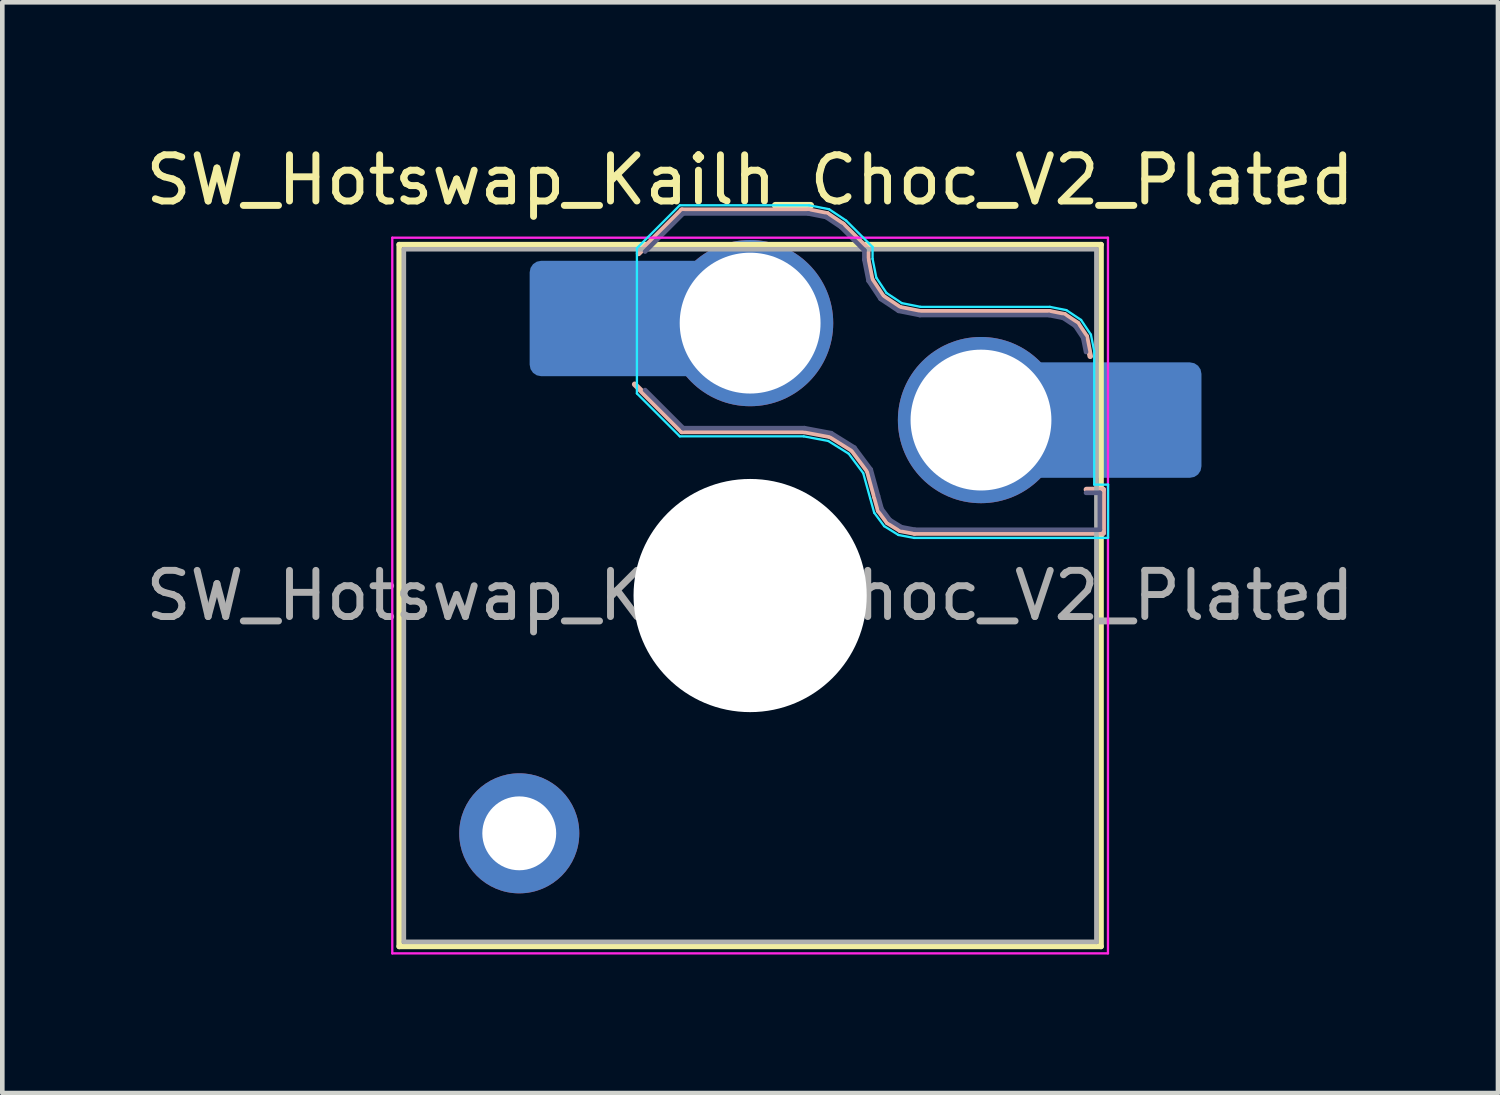
<source format=kicad_pcb>
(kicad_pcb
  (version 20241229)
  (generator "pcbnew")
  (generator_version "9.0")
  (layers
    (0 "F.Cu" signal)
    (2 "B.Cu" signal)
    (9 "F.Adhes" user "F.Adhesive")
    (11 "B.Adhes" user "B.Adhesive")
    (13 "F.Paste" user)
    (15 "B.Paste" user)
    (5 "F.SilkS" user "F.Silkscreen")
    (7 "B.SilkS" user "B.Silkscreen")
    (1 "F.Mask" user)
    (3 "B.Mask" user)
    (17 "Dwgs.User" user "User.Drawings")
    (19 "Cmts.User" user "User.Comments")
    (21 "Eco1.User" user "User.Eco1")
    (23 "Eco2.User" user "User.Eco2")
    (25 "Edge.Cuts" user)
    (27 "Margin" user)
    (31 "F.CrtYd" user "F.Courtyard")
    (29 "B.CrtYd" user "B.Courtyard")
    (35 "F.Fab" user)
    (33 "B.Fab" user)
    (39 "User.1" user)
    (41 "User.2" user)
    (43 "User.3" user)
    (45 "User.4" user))
  (footprint "SW_Hotswap_Kailh_Choc_V2_Plated"
    (layer "F.Cu")
    (at 13.196 9.848)
    (property "Reference" "SW_Hotswap_Kailh_Choc_V2_Plated" (at 0 -9 0) (layer "F.SilkS") (effects (font (size 1 1) (thickness 0.15))))
    (attr smd)
    (fp_line (start -7.6 -7.6) (end -7.6 7.6) (stroke (width 0.12) (type solid)) (layer "F.SilkS"))
    (fp_line (start -7.6 7.6) (end 7.6 7.6) (stroke (width 0.12) (type solid)) (layer "F.SilkS"))
    (fp_line (start 7.6 -7.6) (end -7.6 -7.6) (stroke (width 0.12) (type solid)) (layer "F.SilkS"))
    (fp_line (start 7.6 7.6) (end 7.6 -7.6) (stroke (width 0.12) (type solid)) (layer "F.SilkS"))
    (fp_line (start -2.416 -7.409) (end -1.479 -8.346) (stroke (width 0.12) (type solid)) (layer "B.SilkS"))
    (fp_line (start -1.479 -8.346) (end 1.268 -8.346) (stroke (width 0.12) (type solid)) (layer "B.SilkS"))
    (fp_line (start -1.479 -3.554) (end -2.5 -4.575) (stroke (width 0.12) (type solid)) (layer "B.SilkS"))
    (fp_line (start 1.168 -3.554) (end -1.479 -3.554) (stroke (width 0.12) (type solid)) (layer "B.SilkS"))
    (fp_line (start 1.268 -8.346) (end 1.671 -8.266) (stroke (width 0.12) (type solid)) (layer "B.SilkS"))
    (fp_line (start 1.671 -8.266) (end 2.013 -8.037) (stroke (width 0.12) (type solid)) (layer "B.SilkS"))
    (fp_line (start 1.73 -3.449) (end 1.168 -3.554) (stroke (width 0.12) (type solid)) (layer "B.SilkS"))
    (fp_line (start 2.013 -8.037) (end 2.546 -7.504) (stroke (width 0.12) (type solid)) (layer "B.SilkS"))
    (fp_line (start 2.209 -3.15) (end 1.73 -3.449) (stroke (width 0.12) (type solid)) (layer "B.SilkS"))
    (fp_line (start 2.546 -7.504) (end 2.546 -7.282) (stroke (width 0.12) (type solid)) (layer "B.SilkS"))
    (fp_line (start 2.546 -7.282) (end 2.633 -6.844) (stroke (width 0.12) (type solid)) (layer "B.SilkS"))
    (fp_line (start 2.547 -2.697) (end 2.209 -3.15) (stroke (width 0.12) (type solid)) (layer "B.SilkS"))
    (fp_line (start 2.633 -6.844) (end 2.877 -6.477) (stroke (width 0.12) (type solid)) (layer "B.SilkS"))
    (fp_line (start 2.701 -2.139) (end 2.547 -2.697) (stroke (width 0.12) (type solid)) (layer "B.SilkS"))
    (fp_line (start 2.783 -1.841) (end 2.701 -2.139) (stroke (width 0.12) (type solid)) (layer "B.SilkS"))
    (fp_line (start 2.877 -6.477) (end 3.244 -6.233) (stroke (width 0.12) (type solid)) (layer "B.SilkS"))
    (fp_line (start 2.976 -1.583) (end 2.783 -1.841) (stroke (width 0.12) (type solid)) (layer "B.SilkS"))
    (fp_line (start 3.244 -6.233) (end 3.682 -6.146) (stroke (width 0.12) (type solid)) (layer "B.SilkS"))
    (fp_line (start 3.25 -1.413) (end 2.976 -1.583) (stroke (width 0.12) (type solid)) (layer "B.SilkS"))
    (fp_line (start 3.56 -1.354) (end 3.25 -1.413) (stroke (width 0.12) (type solid)) (layer "B.SilkS"))
    (fp_line (start 3.682 -6.146) (end 6.482 -6.146) (stroke (width 0.12) (type solid)) (layer "B.SilkS"))
    (fp_line (start 6.482 -6.146) (end 6.809 -6.081) (stroke (width 0.12) (type solid)) (layer "B.SilkS"))
    (fp_line (start 6.809 -6.081) (end 7.092 -5.892) (stroke (width 0.12) (type solid)) (layer "B.SilkS"))
    (fp_line (start 7.092 -5.892) (end 7.281 -5.609) (stroke (width 0.12) (type solid)) (layer "B.SilkS"))
    (fp_line (start 7.281 -5.609) (end 7.366 -5.182) (stroke (width 0.12) (type solid)) (layer "B.SilkS"))
    (fp_line (start 7.283 -2.296) (end 7.646 -2.296) (stroke (width 0.12) (type solid)) (layer "B.SilkS"))
    (fp_line (start 7.646 -2.296) (end 7.646 -1.354) (stroke (width 0.12) (type solid)) (layer "B.SilkS"))
    (fp_line (start 7.646 -1.354) (end 3.56 -1.354) (stroke (width 0.12) (type solid)) (layer "B.SilkS"))
    (fp_line (start -7.25 -7.25) (end -7.25 7.25) (stroke (width 0.1) (type solid)) (layer "Eco1.User"))
    (fp_line (start -7.25 7.25) (end 7.25 7.25) (stroke (width 0.1) (type solid)) (layer "Eco1.User"))
    (fp_line (start 7.25 -7.25) (end -7.25 -7.25) (stroke (width 0.1) (type solid)) (layer "Eco1.User"))
    (fp_line (start 7.25 7.25) (end 7.25 -7.25) (stroke (width 0.1) (type solid)) (layer "Eco1.User"))
    (fp_line (start -2.452 -7.523) (end -1.523 -8.452) (stroke (width 0.05) (type solid)) (layer "B.CrtYd"))
    (fp_line (start -2.452 -4.377) (end -2.452 -7.523) (stroke (width 0.05) (type solid)) (layer "B.CrtYd"))
    (fp_line (start -1.523 -8.452) (end 1.278 -8.452) (stroke (width 0.05) (type solid)) (layer "B.CrtYd"))
    (fp_line (start -1.523 -3.448) (end -2.452 -4.377) (stroke (width 0.05) (type solid)) (layer "B.CrtYd"))
    (fp_line (start 1.159 -3.448) (end -1.523 -3.448) (stroke (width 0.05) (type solid)) (layer "B.CrtYd"))
    (fp_line (start 1.278 -8.452) (end 1.712 -8.366) (stroke (width 0.05) (type solid)) (layer "B.CrtYd"))
    (fp_line (start 1.691 -3.348) (end 1.159 -3.448) (stroke (width 0.05) (type solid)) (layer "B.CrtYd"))
    (fp_line (start 1.712 -8.366) (end 2.081 -8.119) (stroke (width 0.05) (type solid)) (layer "B.CrtYd"))
    (fp_line (start 2.081 -8.119) (end 2.652 -7.548) (stroke (width 0.05) (type solid)) (layer "B.CrtYd"))
    (fp_line (start 2.136 -3.071) (end 1.691 -3.348) (stroke (width 0.05) (type solid)) (layer "B.CrtYd"))
    (fp_line (start 2.45 -2.65) (end 2.136 -3.071) (stroke (width 0.05) (type solid)) (layer "B.CrtYd"))
    (fp_line (start 2.599 -2.111) (end 2.45 -2.65) (stroke (width 0.05) (type solid)) (layer "B.CrtYd"))
    (fp_line (start 2.652 -7.548) (end 2.652 -7.292) (stroke (width 0.05) (type solid)) (layer "B.CrtYd"))
    (fp_line (start 2.652 -7.292) (end 2.733 -6.885) (stroke (width 0.05) (type solid)) (layer "B.CrtYd"))
    (fp_line (start 2.687 -1.794) (end 2.599 -2.111) (stroke (width 0.05) (type solid)) (layer "B.CrtYd"))
    (fp_line (start 2.733 -6.885) (end 2.953 -6.553) (stroke (width 0.05) (type solid)) (layer "B.CrtYd"))
    (fp_line (start 2.903 -1.503) (end 2.687 -1.794) (stroke (width 0.05) (type solid)) (layer "B.CrtYd"))
    (fp_line (start 2.953 -6.553) (end 3.285 -6.333) (stroke (width 0.05) (type solid)) (layer "B.CrtYd"))
    (fp_line (start 3.211 -1.312) (end 2.903 -1.503) (stroke (width 0.05) (type solid)) (layer "B.CrtYd"))
    (fp_line (start 3.285 -6.333) (end 3.692 -6.252) (stroke (width 0.05) (type solid)) (layer "B.CrtYd"))
    (fp_line (start 3.55 -1.248) (end 3.211 -1.312) (stroke (width 0.05) (type solid)) (layer "B.CrtYd"))
    (fp_line (start 3.692 -6.252) (end 6.492 -6.252) (stroke (width 0.05) (type solid)) (layer "B.CrtYd"))
    (fp_line (start 6.492 -6.252) (end 6.85 -6.181) (stroke (width 0.05) (type solid)) (layer "B.CrtYd"))
    (fp_line (start 6.85 -6.181) (end 7.168 -5.968) (stroke (width 0.05) (type solid)) (layer "B.CrtYd"))
    (fp_line (start 7.168 -5.968) (end 7.381 -5.65) (stroke (width 0.05) (type solid)) (layer "B.CrtYd"))
    (fp_line (start 7.381 -5.65) (end 7.452 -5.292) (stroke (width 0.05) (type solid)) (layer "B.CrtYd"))
    (fp_line (start 7.452 -5.292) (end 7.452 -2.402) (stroke (width 0.05) (type solid)) (layer "B.CrtYd"))
    (fp_line (start 7.452 -2.402) (end 7.752 -2.402) (stroke (width 0.05) (type solid)) (layer "B.CrtYd"))
    (fp_line (start 7.752 -2.402) (end 7.752 -1.248) (stroke (width 0.05) (type solid)) (layer "B.CrtYd"))
    (fp_line (start 7.752 -1.248) (end 3.55 -1.248) (stroke (width 0.05) (type solid)) (layer "B.CrtYd"))
    (fp_line (start -7.75 -7.75) (end -7.75 7.75) (stroke (width 0.05) (type solid)) (layer "F.CrtYd"))
    (fp_line (start -7.75 7.75) (end 7.75 7.75) (stroke (width 0.05) (type solid)) (layer "F.CrtYd"))
    (fp_line (start 7.75 -7.75) (end -7.75 -7.75) (stroke (width 0.05) (type solid)) (layer "F.CrtYd"))
    (fp_line (start 7.75 7.75) (end 7.75 -7.75) (stroke (width 0.05) (type solid)) (layer "F.CrtYd"))
    (fp_line (start -2.275 -7.45) (end -1.45 -8.275) (stroke (width 0.1) (type solid)) (layer "B.Fab"))
    (fp_line (start -1.45 -8.275) (end 1.261 -8.275) (stroke (width 0.1) (type solid)) (layer "B.Fab"))
    (fp_line (start -1.45 -3.625) (end -2.275 -4.45) (stroke (width 0.1) (type solid)) (layer "B.Fab"))
    (fp_line (start 1.175 -3.625) (end -1.45 -3.625) (stroke (width 0.1) (type solid)) (layer "B.Fab"))
    (fp_line (start 1.261 -8.275) (end 1.643 -8.199) (stroke (width 0.1) (type solid)) (layer "B.Fab"))
    (fp_line (start 1.643 -8.199) (end 1.968 -7.982) (stroke (width 0.1) (type solid)) (layer "B.Fab"))
    (fp_line (start 1.756 -3.516) (end 1.175 -3.625) (stroke (width 0.1) (type solid)) (layer "B.Fab"))
    (fp_line (start 1.968 -7.982) (end 2.475 -7.475) (stroke (width 0.1) (type solid)) (layer "B.Fab"))
    (fp_line (start 2.258 -3.203) (end 1.756 -3.516) (stroke (width 0.1) (type solid)) (layer "B.Fab"))
    (fp_line (start 2.475 -7.475) (end 2.475 -7.275) (stroke (width 0.1) (type solid)) (layer "B.Fab"))
    (fp_line (start 2.475 -7.275) (end 2.566 -6.816) (stroke (width 0.1) (type solid)) (layer "B.Fab"))
    (fp_line (start 2.566 -6.816) (end 2.826 -6.426) (stroke (width 0.1) (type solid)) (layer "B.Fab"))
    (fp_line (start 2.612 -2.729) (end 2.258 -3.203) (stroke (width 0.1) (type solid)) (layer "B.Fab"))
    (fp_line (start 2.769 -2.158) (end 2.612 -2.729) (stroke (width 0.1) (type solid)) (layer "B.Fab"))
    (fp_line (start 2.826 -6.426) (end 3.216 -6.166) (stroke (width 0.1) (type solid)) (layer "B.Fab"))
    (fp_line (start 2.848 -1.873) (end 2.769 -2.158) (stroke (width 0.1) (type solid)) (layer "B.Fab"))
    (fp_line (start 3.025 -1.636) (end 2.848 -1.873) (stroke (width 0.1) (type solid)) (layer "B.Fab"))
    (fp_line (start 3.216 -6.166) (end 3.675 -6.075) (stroke (width 0.1) (type solid)) (layer "B.Fab"))
    (fp_line (start 3.276 -1.48) (end 3.025 -1.636) (stroke (width 0.1) (type solid)) (layer "B.Fab"))
    (fp_line (start 3.567 -1.425) (end 3.276 -1.48) (stroke (width 0.1) (type solid)) (layer "B.Fab"))
    (fp_line (start 3.675 -6.075) (end 6.475 -6.075) (stroke (width 0.1) (type solid)) (layer "B.Fab"))
    (fp_line (start 6.475 -6.075) (end 6.781 -6.014) (stroke (width 0.1) (type solid)) (layer "B.Fab"))
    (fp_line (start 6.781 -6.014) (end 7.041 -5.841) (stroke (width 0.1) (type solid)) (layer "B.Fab"))
    (fp_line (start 7.041 -5.841) (end 7.214 -5.581) (stroke (width 0.1) (type solid)) (layer "B.Fab"))
    (fp_line (start 7.214 -5.581) (end 7.275 -5.275) (stroke (width 0.1) (type solid)) (layer "B.Fab"))
    (fp_line (start 7.275 -2.225) (end 7.575 -2.225) (stroke (width 0.1) (type solid)) (layer "B.Fab"))
    (fp_line (start 7.575 -2.225) (end 7.575 -1.425) (stroke (width 0.1) (type solid)) (layer "B.Fab"))
    (fp_line (start 7.575 -1.425) (end 3.567 -1.425) (stroke (width 0.1) (type solid)) (layer "B.Fab"))
    (fp_line (start -7.5 -7.5) (end -7.5 7.5) (stroke (width 0.1) (type solid)) (layer "F.Fab"))
    (fp_line (start -7.5 7.5) (end 7.5 7.5) (stroke (width 0.1) (type solid)) (layer "F.Fab"))
    (fp_line (start 7.5 -7.5) (end -7.5 -7.5) (stroke (width 0.1) (type solid)) (layer "F.Fab"))
    (fp_line (start 7.5 7.5) (end 7.5 -7.5) (stroke (width 0.1) (type solid)) (layer "F.Fab"))
    (fp_text user "${REFERENCE}" (at 0 0 0) (layer "F.Fab") (effects (font (size 1 1) (thickness 0.15))))
    (pad "" thru_hole circle (at -5 5.15) (size 2.6 2.6) (drill 1.6) (layers "*.Cu" "*.Mask"))
    (pad "" smd roundrect (at -3.5 -6) (size 2.55 2.5) (layers "B.Mask" "B.Paste") (roundrect_rratio 0.1))
    (pad "" np_thru_hole circle (at 0 0) (size 5.05 5.05) (drill 5.05) (layers "*.Cu" "*.Mask"))
    (pad "" smd roundrect (at 8.5 -3.8) (size 2.55 2.5) (layers "B.Mask" "B.Paste") (roundrect_rratio 0.1))
    (pad "1" smd roundrect (at -2.85 -6) (size 3.85 2.5) (layers "B.Cu") (roundrect_rratio 0.1))
    (pad "1" thru_hole circle (at 0 -5.9) (size 3.6 3.6) (drill 3.05) (layers "*.Cu" "*.Mask"))
    (pad "2" thru_hole circle (at 5 -3.8) (size 3.6 3.6) (drill 3.05) (layers "*.Cu" "*.Mask"))
    (pad "2" smd roundrect (at 7.85 -3.8) (size 3.85 2.5) (layers "B.Cu") (roundrect_rratio 0.1)))
  (gr_rect
    (start -3 -3)
    (end 29.393 20.623)
    (stroke (width 0.1) (type default))
    (fill no)
    (layer "Edge.Cuts")))
</source>
